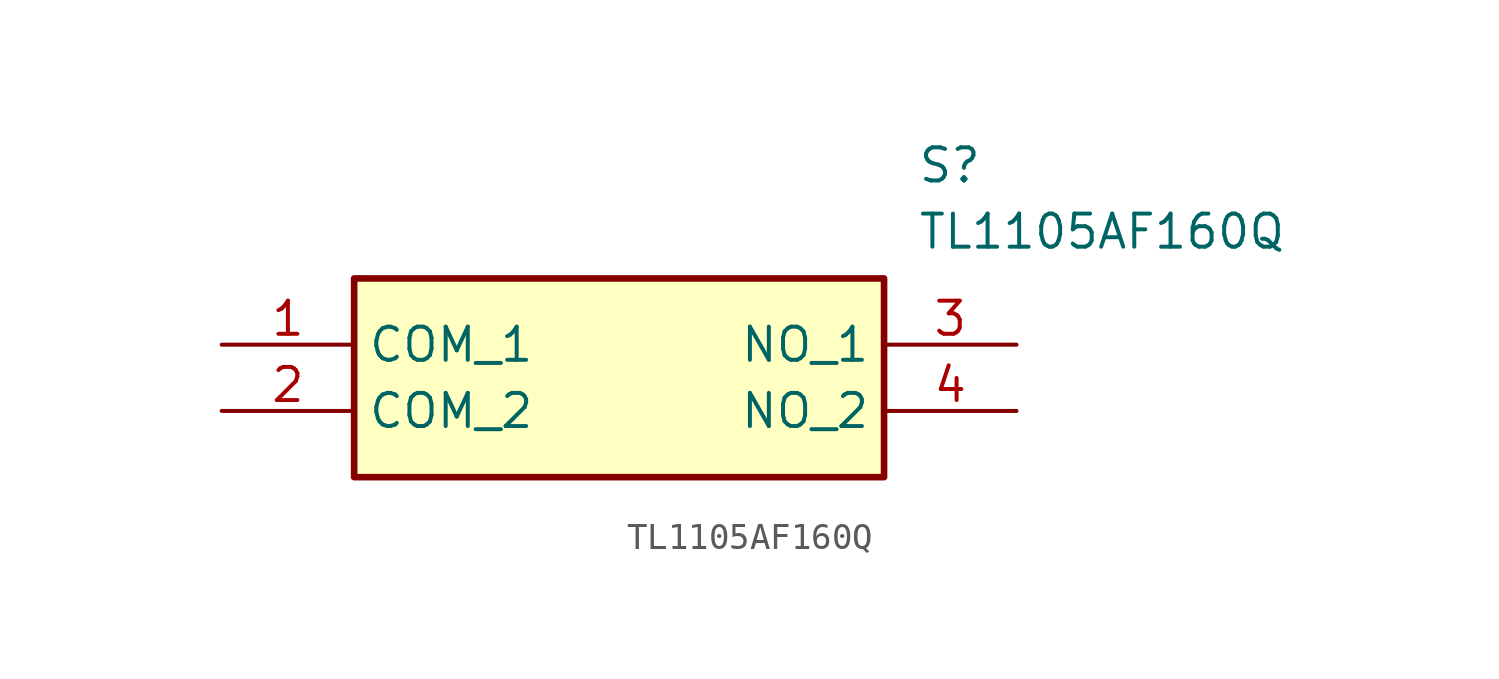
<source format=kicad_sym>
(kicad_symbol_lib
  (version 20231120)
  (generator "kicad_symbol_editor")
  (generator_version "8.0")
  (symbol "TL1105AF160Q"
    (property "Reference" "S"
      (at 26.67 7.62 0)
      (effects (font (size 1.27 1.27)) (justify left top)))
    (property "Value" "TL1105AF160Q"
      (at 26.67 5.08 0)
      (effects (font (size 1.27 1.27)) (justify left top)))
    (symbol "TL1105AF160Q_1_1"
      (rectangle (start 5.08 2.54) (end 25.4 -5.08) (stroke (width 0.254) (type default)) (fill (type background)))
      (pin passive line (at 0 0 0) (length 5.08) (name "COM_1" (effects (font (size 1.27 1.27)))) (number "1" (effects (font (size 1.27 1.27)))))
      (pin passive line (at 0 -2.54 0) (length 5.08) (name "COM_2" (effects (font (size 1.27 1.27)))) (number "2" (effects (font (size 1.27 1.27)))))
      (pin passive line (at 30.48 0 180) (length 5.08) (name "NO_1" (effects (font (size 1.27 1.27)))) (number "3" (effects (font (size 1.27 1.27)))))
      (pin passive line (at 30.48 -2.54 180) (length 5.08) (name "NO_2" (effects (font (size 1.27 1.27)))) (number "4" (effects (font (size 1.27 1.27))))))))
</source>
